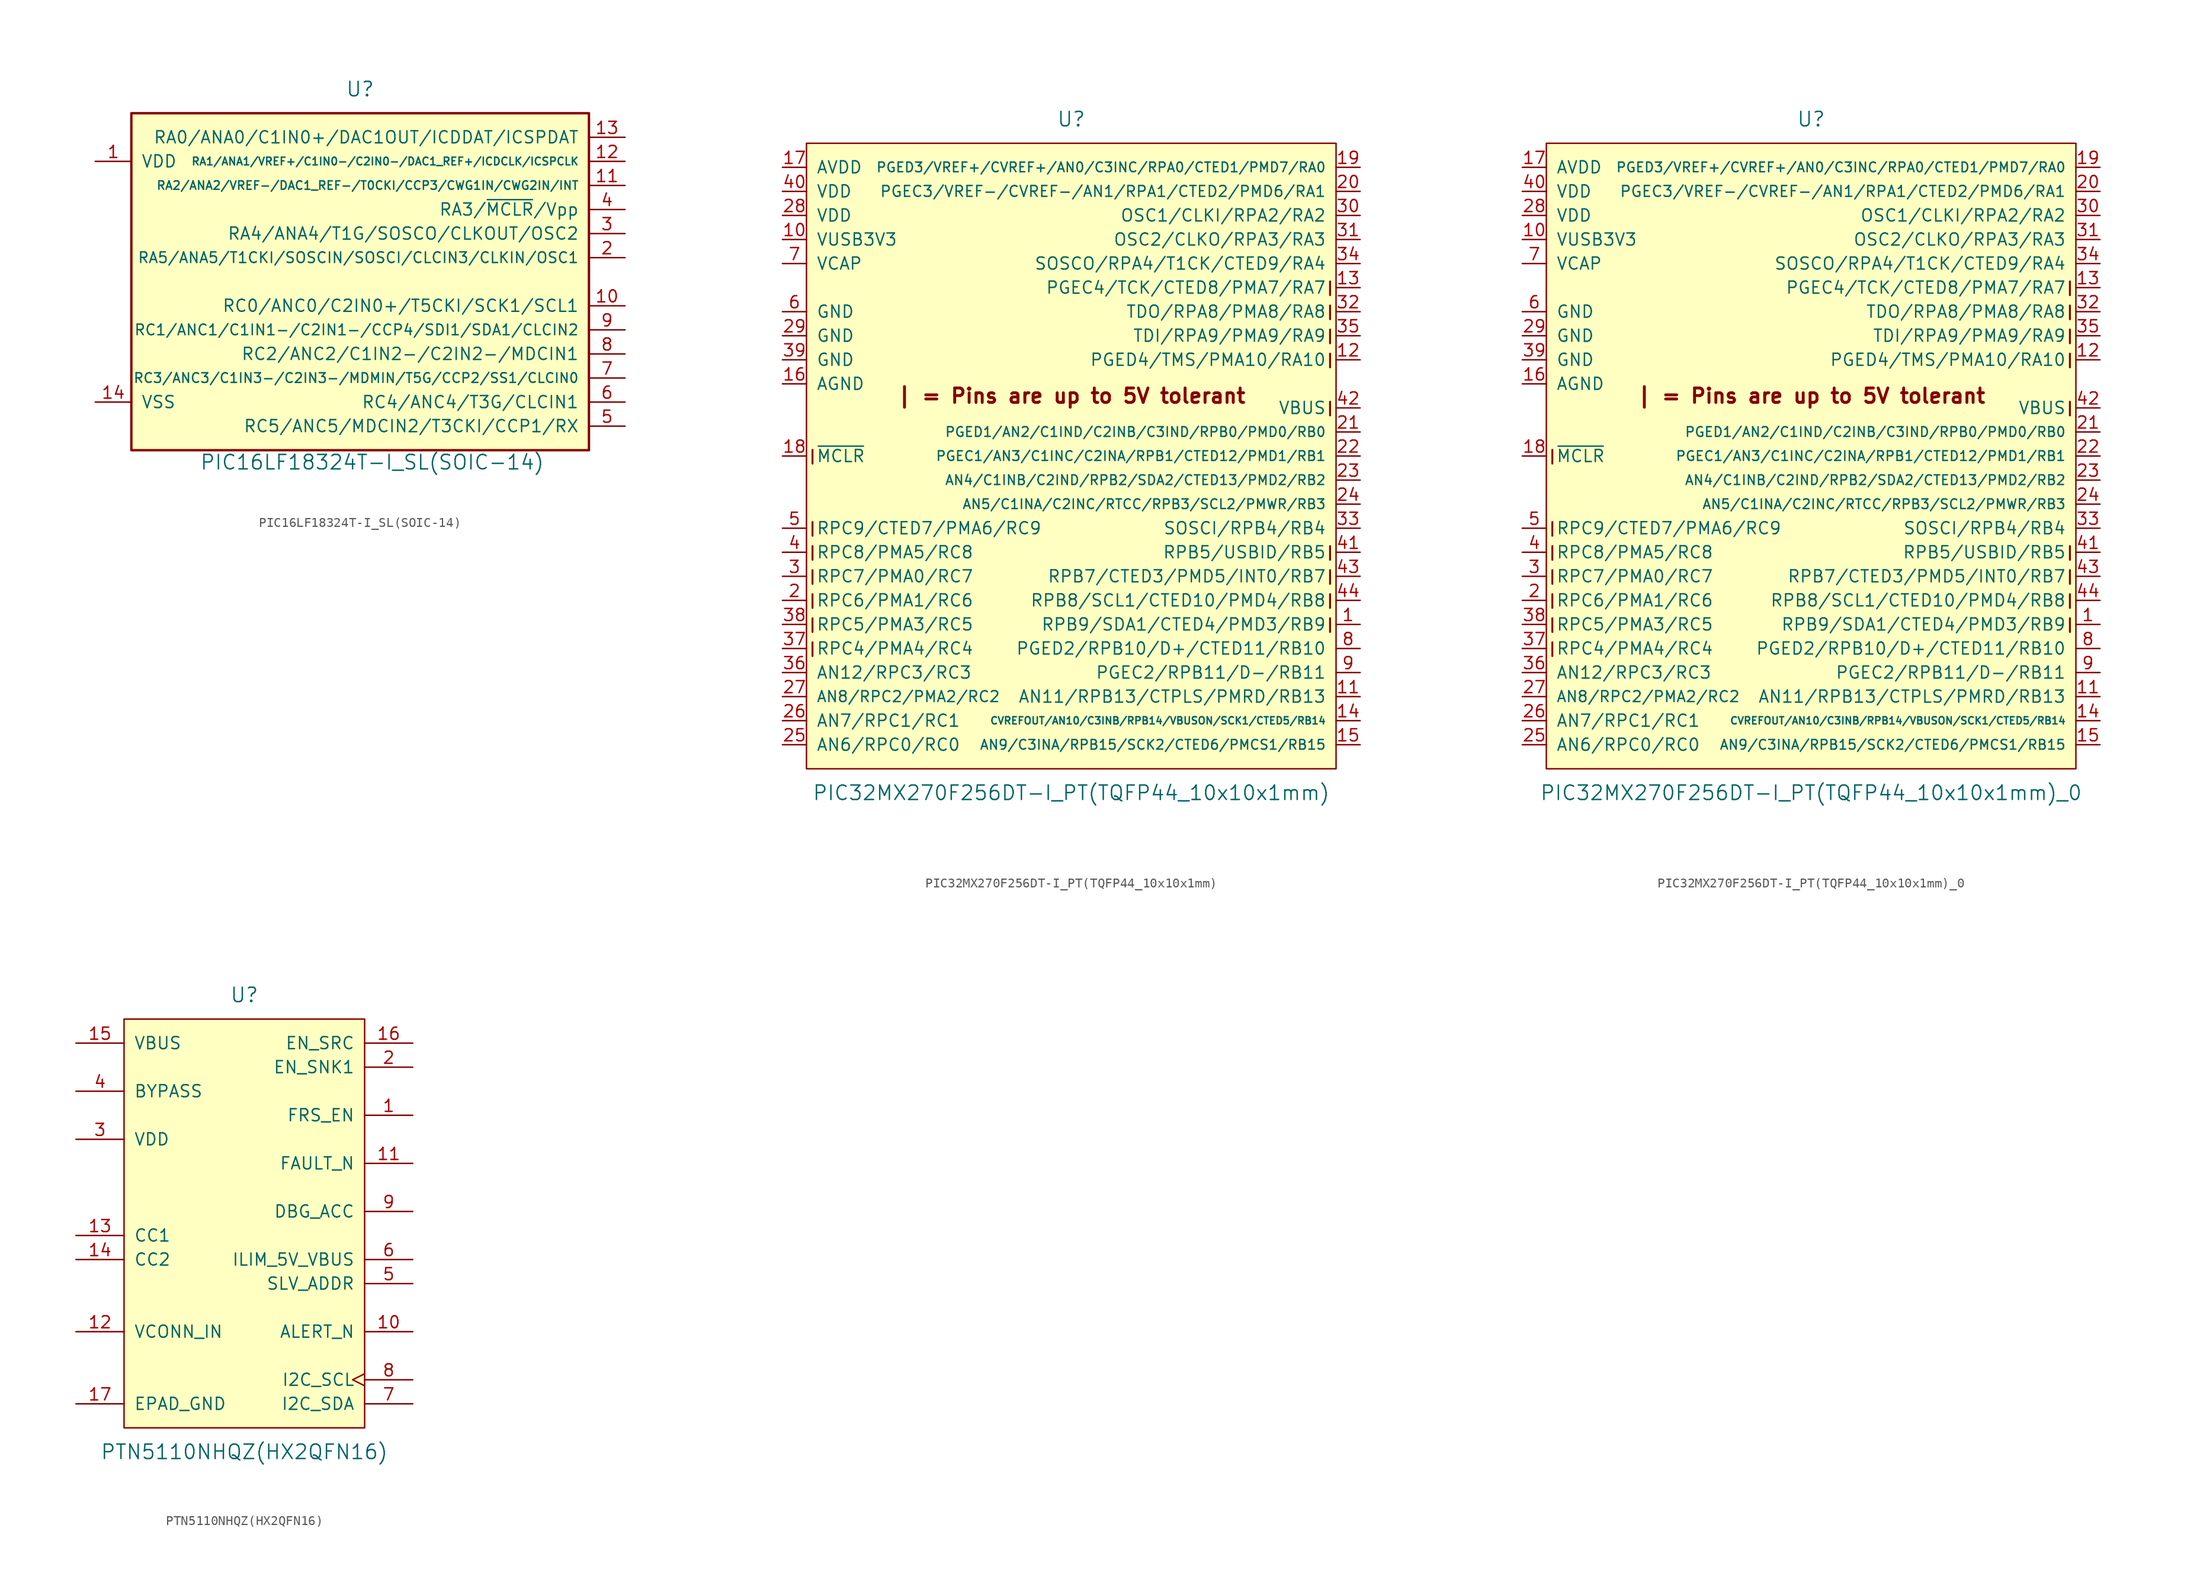
<source format=kicad_sym>
(kicad_symbol_lib
  (version 20220914)
  (generator kicad_symbol_editor)
  (symbol "PIC16LF18324T-I_SL(SOIC-14)"
    (pin_names
      (offset 1.016))
    (property "Reference" "U"
      (at 0 20.32 0)
      (effects (font (size 1.524 1.524))))
    (property "Value" "PIC16LF18324T-I_SL(SOIC-14)"
      (at 1.27 -19.05 0)
      (effects (font (size 1.524 1.524))))
    (symbol "PIC16LF18324T-I_SL(SOIC-14)_1_1"
      (rectangle (start -24.13 17.78) (end 24.13 -17.78) (stroke (width 0.254) (type solid)) (fill (type background)))
      (pin power_in line (at -27.94 12.7 0) (length 3.81) (name "VDD" (effects (font (size 1.27 1.27)))) (number "1" (effects (font (size 1.27 1.27)))))
      (pin bidirectional line (at 27.94 -2.54 180) (length 3.81) (name "RC0/ANC0/C2IN0+/T5CKI/SCK1/SCL1" (effects (font (size 1.27 1.27)))) (number "10" (effects (font (size 1.27 1.27)))))
      (pin bidirectional line (at 27.94 10.16 180) (length 3.81) (name "RA2/ANA2/VREF-/DAC1_REF-/T0CKI/CCP3/CWG1IN/CWG2IN/INT" (effects (font (size 0.889 0.889)))) (number "11" (effects (font (size 1.27 1.27)))))
      (pin bidirectional line (at 27.94 12.7 180) (length 3.81) (name "RA1/ANA1/VREF+/C1IN0-/C2IN0-/DAC1_REF+/ICDCLK/ICSPCLK" (effects (font (size 0.813 0.813)))) (number "12" (effects (font (size 1.27 1.27)))))
      (pin bidirectional line (at 27.94 15.24 180) (length 3.81) (name "RA0/ANA0/C1IN0+/DAC1OUT/ICDDAT/ICSPDAT" (effects (font (size 1.27 1.27)))) (number "13" (effects (font (size 1.27 1.27)))))
      (pin power_in line (at -27.94 -12.7 0) (length 3.81) (name "VSS" (effects (font (size 1.27 1.27)))) (number "14" (effects (font (size 1.27 1.27)))))
      (pin bidirectional line (at 27.94 2.54 180) (length 3.81) (name "RA5/ANA5/T1CKI/SOSCIN/SOSCI/CLCIN3/CLKIN/OSC1" (effects (font (size 1.118 1.118)))) (number "2" (effects (font (size 1.27 1.27)))))
      (pin bidirectional line (at 27.94 5.08 180) (length 3.81) (name "RA4/ANA4/T1G/SOSCO/CLKOUT/OSC2" (effects (font (size 1.27 1.27)))) (number "3" (effects (font (size 1.27 1.27)))))
      (pin input line (at 27.94 7.62 180) (length 3.81) (name "RA3/~{MCLR}/Vpp" (effects (font (size 1.27 1.27)))) (number "4" (effects (font (size 1.27 1.27)))))
      (pin bidirectional line (at 27.94 -15.24 180) (length 3.81) (name "RC5/ANC5/MDCIN2/T3CKI/CCP1/RX" (effects (font (size 1.27 1.27)))) (number "5" (effects (font (size 1.27 1.27)))))
      (pin bidirectional line (at 27.94 -12.7 180) (length 3.81) (name "RC4/ANC4/T3G/CLCIN1" (effects (font (size 1.27 1.27)))) (number "6" (effects (font (size 1.27 1.27)))))
      (pin bidirectional line (at 27.94 -10.16 180) (length 3.81) (name "RC3/ANC3/C1IN3-/C2IN3-/MDMIN/T5G/CCP2/SS1/CLCIN0" (effects (font (size 1.016 1.016)))) (number "7" (effects (font (size 1.27 1.27)))))
      (pin bidirectional line (at 27.94 -7.62 180) (length 3.81) (name "RC2/ANC2/C1IN2-/C2IN2-/MDCIN1" (effects (font (size 1.27 1.27)))) (number "8" (effects (font (size 1.27 1.27)))))
      (pin bidirectional line (at 27.94 -5.08 180) (length 3.81) (name "RC1/ANC1/C1IN1-/C2IN1-/CCP4/SDI1/SDA1/CLCIN2" (effects (font (size 1.118 1.118)))) (number "9" (effects (font (size 1.27 1.27)))))))
  (symbol "PIC32MX270F256DT-I_PT(TQFP44_10x10x1mm)"
    (pin_names
      (offset 1.016))
    (property "Reference" "U"
      (at 0 35.56 0)
      (effects (font (size 1.524 1.524))))
    (property "Value" "PIC32MX270F256DT-I_PT(TQFP44_10x10x1mm)"
      (at 0 -35.56 0)
      (effects (font (size 1.524 1.524))))
    (symbol "PIC32MX270F256DT-I_PT(TQFP44_10x10x1mm)_0_0"
      (text "|" (at -27.305 -20.32 0) (effects (font (size 1.016 1.016) bold)))
      (text "|" (at -27.305 -17.78 0) (effects (font (size 1.016 1.016) bold)))
      (text "|" (at -27.305 -15.24 0) (effects (font (size 1.016 1.016) bold)))
      (text "|" (at -27.305 -12.7 0) (effects (font (size 1.016 1.016) bold)))
      (text "|" (at -27.305 -10.16 0) (effects (font (size 1.016 1.016) bold)))
      (text "|" (at -27.305 -7.62 0) (effects (font (size 1.016 1.016) bold)))
      (text "|" (at -27.305 0 0) (effects (font (size 1.016 1.016) bold)))
      (text "|" (at 27.305 -17.78 0) (effects (font (size 1.016 1.016) bold)))
      (text "|" (at 27.305 -15.24 0) (effects (font (size 1.016 1.016) bold)))
      (text "|" (at 27.305 -12.7 0) (effects (font (size 1.016 1.016) bold)))
      (text "|" (at 27.305 -10.16 0) (effects (font (size 1.016 1.016) bold)))
      (text "|" (at 27.305 5.08 0) (effects (font (size 1.016 1.016) bold)))
      (text "|" (at 27.305 10.16 0) (effects (font (size 1.016 1.016) bold)))
      (text "|" (at 27.305 12.7 0) (effects (font (size 1.016 1.016) bold)))
      (text "|" (at 27.305 15.24 0) (effects (font (size 1.016 1.016) bold)))
      (text "|" (at 27.305 17.78 0) (effects (font (size 1.016 1.016) bold)))
      (text "| = Pins are up to 5V tolerant" (at 0 6.35 0) (effects (font (size 1.524 1.524) bold))))
    (symbol "PIC32MX270F256DT-I_PT(TQFP44_10x10x1mm)_0_1"
      (rectangle (start -27.94 33.02) (end 27.94 -33.02) (stroke (width 0) (type solid)) (fill (type background))))
    (symbol "PIC32MX270F256DT-I_PT(TQFP44_10x10x1mm)_1_1"
      (pin bidirectional line (at 30.48 -17.78 180) (length 2.54) (name "RPB9/SDA1/CTED4/PMD3/RB9" (effects (font (size 1.27 1.27)))) (number "1" (effects (font (size 1.27 1.27)))))
      (pin power_in line (at -30.48 22.86 0) (length 2.54) (name "VUSB3V3" (effects (font (size 1.27 1.27)))) (number "10" (effects (font (size 1.27 1.27)))))
      (pin bidirectional line (at 30.48 -25.4 180) (length 2.54) (name "AN11/RPB13/CTPLS/PMRD/RB13" (effects (font (size 1.27 1.27)))) (number "11" (effects (font (size 1.27 1.27)))))
      (pin bidirectional line (at 30.48 10.16 180) (length 2.54) (name "PGED4/TMS/PMA10/RA10" (effects (font (size 1.27 1.27)))) (number "12" (effects (font (size 1.27 1.27)))))
      (pin bidirectional line (at 30.48 17.78 180) (length 2.54) (name "PGEC4/TCK/CTED8/PMA7/RA7" (effects (font (size 1.27 1.27)))) (number "13" (effects (font (size 1.27 1.27)))))
      (pin bidirectional line (at 30.48 -27.94 180) (length 2.54) (name "CVREFOUT/AN10/C3INB/RPB14/VBUSON/SCK1/CTED5/RB14" (effects (font (size 0.762 0.762)))) (number "14" (effects (font (size 1.27 1.27)))))
      (pin bidirectional line (at 30.48 -30.48 180) (length 2.54) (name "AN9/C3INA/RPB15/SCK2/CTED6/PMCS1/RB15" (effects (font (size 1.016 1.016)))) (number "15" (effects (font (size 1.27 1.27)))))
      (pin power_in line (at -30.48 7.62 0) (length 2.54) (name "AGND" (effects (font (size 1.27 1.27)))) (number "16" (effects (font (size 1.27 1.27)))))
      (pin power_in line (at -30.48 30.48 0) (length 2.54) (name "AVDD" (effects (font (size 1.27 1.27)))) (number "17" (effects (font (size 1.27 1.27)))))
      (pin input line (at -30.48 0 0) (length 2.54) (name "~{MCLR}" (effects (font (size 1.27 1.27)))) (number "18" (effects (font (size 1.27 1.27)))))
      (pin bidirectional line (at 30.48 30.48 180) (length 2.54) (name "PGED3/VREF+/CVREF+/AN0/C3INC/RPA0/CTED1/PMD7/RA0" (effects (font (size 1.016 1.016)))) (number "19" (effects (font (size 1.27 1.27)))))
      (pin bidirectional line (at -30.48 -15.24 0) (length 2.54) (name "RPC6/PMA1/RC6" (effects (font (size 1.27 1.27)))) (number "2" (effects (font (size 1.27 1.27)))))
      (pin bidirectional line (at 30.48 27.94 180) (length 2.54) (name "PGEC3/VREF-/CVREF-/AN1/RPA1/CTED2/PMD6/RA1" (effects (font (size 1.143 1.143)))) (number "20" (effects (font (size 1.27 1.27)))))
      (pin bidirectional line (at 30.48 2.54 180) (length 2.54) (name "PGED1/AN2/C1IND/C2INB/C3IND/RPB0/PMD0/RB0" (effects (font (size 1.016 1.016)))) (number "21" (effects (font (size 1.27 1.27)))))
      (pin bidirectional line (at 30.48 0 180) (length 2.54) (name "PGEC1/AN3/C1INC/C2INA/RPB1/CTED12/PMD1/RB1" (effects (font (size 1.016 1.016)))) (number "22" (effects (font (size 1.27 1.27)))))
      (pin bidirectional line (at 30.48 -2.54 180) (length 2.54) (name "AN4/C1INB/C2IND/RPB2/SDA2/CTED13/PMD2/RB2" (effects (font (size 1.016 1.016)))) (number "23" (effects (font (size 1.27 1.27)))))
      (pin bidirectional line (at 30.48 -5.08 180) (length 2.54) (name "AN5/C1INA/C2INC/RTCC/RPB3/SCL2/PMWR/RB3" (effects (font (size 1.016 1.016)))) (number "24" (effects (font (size 1.27 1.27)))))
      (pin bidirectional line (at -30.48 -30.48 0) (length 2.54) (name "AN6/RPC0/RC0" (effects (font (size 1.27 1.27)))) (number "25" (effects (font (size 1.27 1.27)))))
      (pin bidirectional line (at -30.48 -27.94 0) (length 2.54) (name "AN7/RPC1/RC1" (effects (font (size 1.27 1.27)))) (number "26" (effects (font (size 1.27 1.27)))))
      (pin bidirectional line (at -30.48 -25.4 0) (length 2.54) (name "AN8/RPC2/PMA2/RC2" (effects (font (size 1.143 1.143)))) (number "27" (effects (font (size 1.27 1.27)))))
      (pin power_in line (at -30.48 25.4 0) (length 2.54) (name "VDD" (effects (font (size 1.27 1.27)))) (number "28" (effects (font (size 1.27 1.27)))))
      (pin power_in line (at -30.48 12.7 0) (length 2.54) (name "GND" (effects (font (size 1.27 1.27)))) (number "29" (effects (font (size 1.27 1.27)))))
      (pin bidirectional line (at -30.48 -12.7 0) (length 2.54) (name "RPC7/PMA0/RC7" (effects (font (size 1.27 1.27)))) (number "3" (effects (font (size 1.27 1.27)))))
      (pin bidirectional line (at 30.48 25.4 180) (length 2.54) (name "OSC1/CLKI/RPA2/RA2" (effects (font (size 1.27 1.27)))) (number "30" (effects (font (size 1.27 1.27)))))
      (pin bidirectional line (at 30.48 22.86 180) (length 2.54) (name "OSC2/CLKO/RPA3/RA3" (effects (font (size 1.27 1.27)))) (number "31" (effects (font (size 1.27 1.27)))))
      (pin bidirectional line (at 30.48 15.24 180) (length 2.54) (name "TDO/RPA8/PMA8/RA8" (effects (font (size 1.27 1.27)))) (number "32" (effects (font (size 1.27 1.27)))))
      (pin bidirectional line (at 30.48 -7.62 180) (length 2.54) (name "SOSCI/RPB4/RB4" (effects (font (size 1.27 1.27)))) (number "33" (effects (font (size 1.27 1.27)))))
      (pin bidirectional line (at 30.48 20.32 180) (length 2.54) (name "SOSCO/RPA4/T1CK/CTED9/RA4" (effects (font (size 1.27 1.27)))) (number "34" (effects (font (size 1.27 1.27)))))
      (pin bidirectional line (at 30.48 12.7 180) (length 2.54) (name "TDI/RPA9/PMA9/RA9" (effects (font (size 1.27 1.27)))) (number "35" (effects (font (size 1.27 1.27)))))
      (pin bidirectional line (at -30.48 -22.86 0) (length 2.54) (name "AN12/RPC3/RC3" (effects (font (size 1.27 1.27)))) (number "36" (effects (font (size 1.27 1.27)))))
      (pin bidirectional line (at -30.48 -20.32 0) (length 2.54) (name "RPC4/PMA4/RC4" (effects (font (size 1.27 1.27)))) (number "37" (effects (font (size 1.27 1.27)))))
      (pin bidirectional line (at -30.48 -17.78 0) (length 2.54) (name "RPC5/PMA3/RC5" (effects (font (size 1.27 1.27)))) (number "38" (effects (font (size 1.27 1.27)))))
      (pin power_in line (at -30.48 10.16 0) (length 2.54) (name "GND" (effects (font (size 1.27 1.27)))) (number "39" (effects (font (size 1.27 1.27)))))
      (pin bidirectional line (at -30.48 -10.16 0) (length 2.54) (name "RPC8/PMA5/RC8" (effects (font (size 1.27 1.27)))) (number "4" (effects (font (size 1.27 1.27)))))
      (pin power_in line (at -30.48 27.94 0) (length 2.54) (name "VDD" (effects (font (size 1.27 1.27)))) (number "40" (effects (font (size 1.27 1.27)))))
      (pin bidirectional line (at 30.48 -10.16 180) (length 2.54) (name "RPB5/USBID/RB5" (effects (font (size 1.27 1.27)))) (number "41" (effects (font (size 1.27 1.27)))))
      (pin input line (at 30.48 5.08 180) (length 2.54) (name "VBUS" (effects (font (size 1.27 1.27)))) (number "42" (effects (font (size 1.27 1.27)))))
      (pin bidirectional line (at 30.48 -12.7 180) (length 2.54) (name "RPB7/CTED3/PMD5/INT0/RB7" (effects (font (size 1.27 1.27)))) (number "43" (effects (font (size 1.27 1.27)))))
      (pin bidirectional line (at 30.48 -15.24 180) (length 2.54) (name "RPB8/SCL1/CTED10/PMD4/RB8" (effects (font (size 1.27 1.27)))) (number "44" (effects (font (size 1.27 1.27)))))
      (pin bidirectional line (at -30.48 -7.62 0) (length 2.54) (name "RPC9/CTED7/PMA6/RC9" (effects (font (size 1.27 1.27)))) (number "5" (effects (font (size 1.27 1.27)))))
      (pin power_in line (at -30.48 15.24 0) (length 2.54) (name "GND" (effects (font (size 1.27 1.27)))) (number "6" (effects (font (size 1.27 1.27)))))
      (pin passive line (at -30.48 20.32 0) (length 2.54) (name "VCAP" (effects (font (size 1.27 1.27)))) (number "7" (effects (font (size 1.27 1.27)))))
      (pin bidirectional line (at 30.48 -20.32 180) (length 2.54) (name "PGED2/RPB10/D+/CTED11/RB10" (effects (font (size 1.27 1.27)))) (number "8" (effects (font (size 1.27 1.27)))))
      (pin bidirectional line (at 30.48 -22.86 180) (length 2.54) (name "PGEC2/RPB11/D-/RB11" (effects (font (size 1.27 1.27)))) (number "9" (effects (font (size 1.27 1.27)))))))
  (symbol "PIC32MX270F256DT-I_PT(TQFP44_10x10x1mm)_0"
    (pin_names
      (offset 1.016))
    (property "Reference" "U"
      (at 0 35.56 0)
      (effects (font (size 1.524 1.524))))
    (property "Value" "PIC32MX270F256DT-I_PT(TQFP44_10x10x1mm)_0"
      (at 0 -35.56 0)
      (effects (font (size 1.524 1.524))))
    (symbol "PIC32MX270F256DT-I_PT(TQFP44_10x10x1mm)_0_0_0"
      (text "|" (at -27.305 -20.32 0) (effects (font (size 1.016 1.016) bold)))
      (text "|" (at -27.305 -17.78 0) (effects (font (size 1.016 1.016) bold)))
      (text "|" (at -27.305 -15.24 0) (effects (font (size 1.016 1.016) bold)))
      (text "|" (at -27.305 -12.7 0) (effects (font (size 1.016 1.016) bold)))
      (text "|" (at -27.305 -10.16 0) (effects (font (size 1.016 1.016) bold)))
      (text "|" (at -27.305 -7.62 0) (effects (font (size 1.016 1.016) bold)))
      (text "|" (at -27.305 0 0) (effects (font (size 1.016 1.016) bold)))
      (text "|" (at 27.305 -17.78 0) (effects (font (size 1.016 1.016) bold)))
      (text "|" (at 27.305 -15.24 0) (effects (font (size 1.016 1.016) bold)))
      (text "|" (at 27.305 -12.7 0) (effects (font (size 1.016 1.016) bold)))
      (text "|" (at 27.305 -10.16 0) (effects (font (size 1.016 1.016) bold)))
      (text "|" (at 27.305 5.08 0) (effects (font (size 1.016 1.016) bold)))
      (text "|" (at 27.305 10.16 0) (effects (font (size 1.016 1.016) bold)))
      (text "|" (at 27.305 12.7 0) (effects (font (size 1.016 1.016) bold)))
      (text "|" (at 27.305 15.24 0) (effects (font (size 1.016 1.016) bold)))
      (text "|" (at 27.305 17.78 0) (effects (font (size 1.016 1.016) bold)))
      (text "| = Pins are up to 5V tolerant" (at 0 6.35 0) (effects (font (size 1.524 1.524) bold))))
    (symbol "PIC32MX270F256DT-I_PT(TQFP44_10x10x1mm)_0_0_1"
      (rectangle (start -27.94 33.02) (end 27.94 -33.02) (stroke (width 0) (type solid)) (fill (type background))))
    (symbol "PIC32MX270F256DT-I_PT(TQFP44_10x10x1mm)_0_1_1"
      (pin bidirectional line (at 30.48 -17.78 180) (length 2.54) (name "RPB9/SDA1/CTED4/PMD3/RB9" (effects (font (size 1.27 1.27)))) (number "1" (effects (font (size 1.27 1.27)))))
      (pin power_in line (at -30.48 22.86 0) (length 2.54) (name "VUSB3V3" (effects (font (size 1.27 1.27)))) (number "10" (effects (font (size 1.27 1.27)))))
      (pin bidirectional line (at 30.48 -25.4 180) (length 2.54) (name "AN11/RPB13/CTPLS/PMRD/RB13" (effects (font (size 1.27 1.27)))) (number "11" (effects (font (size 1.27 1.27)))))
      (pin bidirectional line (at 30.48 10.16 180) (length 2.54) (name "PGED4/TMS/PMA10/RA10" (effects (font (size 1.27 1.27)))) (number "12" (effects (font (size 1.27 1.27)))))
      (pin bidirectional line (at 30.48 17.78 180) (length 2.54) (name "PGEC4/TCK/CTED8/PMA7/RA7" (effects (font (size 1.27 1.27)))) (number "13" (effects (font (size 1.27 1.27)))))
      (pin bidirectional line (at 30.48 -27.94 180) (length 2.54) (name "CVREFOUT/AN10/C3INB/RPB14/VBUSON/SCK1/CTED5/RB14" (effects (font (size 0.762 0.762)))) (number "14" (effects (font (size 1.27 1.27)))))
      (pin bidirectional line (at 30.48 -30.48 180) (length 2.54) (name "AN9/C3INA/RPB15/SCK2/CTED6/PMCS1/RB15" (effects (font (size 1.016 1.016)))) (number "15" (effects (font (size 1.27 1.27)))))
      (pin power_in line (at -30.48 7.62 0) (length 2.54) (name "AGND" (effects (font (size 1.27 1.27)))) (number "16" (effects (font (size 1.27 1.27)))))
      (pin power_in line (at -30.48 30.48 0) (length 2.54) (name "AVDD" (effects (font (size 1.27 1.27)))) (number "17" (effects (font (size 1.27 1.27)))))
      (pin input line (at -30.48 0 0) (length 2.54) (name "~{MCLR}" (effects (font (size 1.27 1.27)))) (number "18" (effects (font (size 1.27 1.27)))))
      (pin bidirectional line (at 30.48 30.48 180) (length 2.54) (name "PGED3/VREF+/CVREF+/AN0/C3INC/RPA0/CTED1/PMD7/RA0" (effects (font (size 1.016 1.016)))) (number "19" (effects (font (size 1.27 1.27)))))
      (pin bidirectional line (at -30.48 -15.24 0) (length 2.54) (name "RPC6/PMA1/RC6" (effects (font (size 1.27 1.27)))) (number "2" (effects (font (size 1.27 1.27)))))
      (pin bidirectional line (at 30.48 27.94 180) (length 2.54) (name "PGEC3/VREF-/CVREF-/AN1/RPA1/CTED2/PMD6/RA1" (effects (font (size 1.143 1.143)))) (number "20" (effects (font (size 1.27 1.27)))))
      (pin bidirectional line (at 30.48 2.54 180) (length 2.54) (name "PGED1/AN2/C1IND/C2INB/C3IND/RPB0/PMD0/RB0" (effects (font (size 1.016 1.016)))) (number "21" (effects (font (size 1.27 1.27)))))
      (pin bidirectional line (at 30.48 0 180) (length 2.54) (name "PGEC1/AN3/C1INC/C2INA/RPB1/CTED12/PMD1/RB1" (effects (font (size 1.016 1.016)))) (number "22" (effects (font (size 1.27 1.27)))))
      (pin bidirectional line (at 30.48 -2.54 180) (length 2.54) (name "AN4/C1INB/C2IND/RPB2/SDA2/CTED13/PMD2/RB2" (effects (font (size 1.016 1.016)))) (number "23" (effects (font (size 1.27 1.27)))))
      (pin bidirectional line (at 30.48 -5.08 180) (length 2.54) (name "AN5/C1INA/C2INC/RTCC/RPB3/SCL2/PMWR/RB3" (effects (font (size 1.016 1.016)))) (number "24" (effects (font (size 1.27 1.27)))))
      (pin bidirectional line (at -30.48 -30.48 0) (length 2.54) (name "AN6/RPC0/RC0" (effects (font (size 1.27 1.27)))) (number "25" (effects (font (size 1.27 1.27)))))
      (pin bidirectional line (at -30.48 -27.94 0) (length 2.54) (name "AN7/RPC1/RC1" (effects (font (size 1.27 1.27)))) (number "26" (effects (font (size 1.27 1.27)))))
      (pin bidirectional line (at -30.48 -25.4 0) (length 2.54) (name "AN8/RPC2/PMA2/RC2" (effects (font (size 1.143 1.143)))) (number "27" (effects (font (size 1.27 1.27)))))
      (pin power_in line (at -30.48 25.4 0) (length 2.54) (name "VDD" (effects (font (size 1.27 1.27)))) (number "28" (effects (font (size 1.27 1.27)))))
      (pin power_in line (at -30.48 12.7 0) (length 2.54) (name "GND" (effects (font (size 1.27 1.27)))) (number "29" (effects (font (size 1.27 1.27)))))
      (pin bidirectional line (at -30.48 -12.7 0) (length 2.54) (name "RPC7/PMA0/RC7" (effects (font (size 1.27 1.27)))) (number "3" (effects (font (size 1.27 1.27)))))
      (pin bidirectional line (at 30.48 25.4 180) (length 2.54) (name "OSC1/CLKI/RPA2/RA2" (effects (font (size 1.27 1.27)))) (number "30" (effects (font (size 1.27 1.27)))))
      (pin bidirectional line (at 30.48 22.86 180) (length 2.54) (name "OSC2/CLKO/RPA3/RA3" (effects (font (size 1.27 1.27)))) (number "31" (effects (font (size 1.27 1.27)))))
      (pin bidirectional line (at 30.48 15.24 180) (length 2.54) (name "TDO/RPA8/PMA8/RA8" (effects (font (size 1.27 1.27)))) (number "32" (effects (font (size 1.27 1.27)))))
      (pin bidirectional line (at 30.48 -7.62 180) (length 2.54) (name "SOSCI/RPB4/RB4" (effects (font (size 1.27 1.27)))) (number "33" (effects (font (size 1.27 1.27)))))
      (pin bidirectional line (at 30.48 20.32 180) (length 2.54) (name "SOSCO/RPA4/T1CK/CTED9/RA4" (effects (font (size 1.27 1.27)))) (number "34" (effects (font (size 1.27 1.27)))))
      (pin bidirectional line (at 30.48 12.7 180) (length 2.54) (name "TDI/RPA9/PMA9/RA9" (effects (font (size 1.27 1.27)))) (number "35" (effects (font (size 1.27 1.27)))))
      (pin bidirectional line (at -30.48 -22.86 0) (length 2.54) (name "AN12/RPC3/RC3" (effects (font (size 1.27 1.27)))) (number "36" (effects (font (size 1.27 1.27)))))
      (pin bidirectional line (at -30.48 -20.32 0) (length 2.54) (name "RPC4/PMA4/RC4" (effects (font (size 1.27 1.27)))) (number "37" (effects (font (size 1.27 1.27)))))
      (pin bidirectional line (at -30.48 -17.78 0) (length 2.54) (name "RPC5/PMA3/RC5" (effects (font (size 1.27 1.27)))) (number "38" (effects (font (size 1.27 1.27)))))
      (pin power_in line (at -30.48 10.16 0) (length 2.54) (name "GND" (effects (font (size 1.27 1.27)))) (number "39" (effects (font (size 1.27 1.27)))))
      (pin bidirectional line (at -30.48 -10.16 0) (length 2.54) (name "RPC8/PMA5/RC8" (effects (font (size 1.27 1.27)))) (number "4" (effects (font (size 1.27 1.27)))))
      (pin power_in line (at -30.48 27.94 0) (length 2.54) (name "VDD" (effects (font (size 1.27 1.27)))) (number "40" (effects (font (size 1.27 1.27)))))
      (pin bidirectional line (at 30.48 -10.16 180) (length 2.54) (name "RPB5/USBID/RB5" (effects (font (size 1.27 1.27)))) (number "41" (effects (font (size 1.27 1.27)))))
      (pin input line (at 30.48 5.08 180) (length 2.54) (name "VBUS" (effects (font (size 1.27 1.27)))) (number "42" (effects (font (size 1.27 1.27)))))
      (pin bidirectional line (at 30.48 -12.7 180) (length 2.54) (name "RPB7/CTED3/PMD5/INT0/RB7" (effects (font (size 1.27 1.27)))) (number "43" (effects (font (size 1.27 1.27)))))
      (pin bidirectional line (at 30.48 -15.24 180) (length 2.54) (name "RPB8/SCL1/CTED10/PMD4/RB8" (effects (font (size 1.27 1.27)))) (number "44" (effects (font (size 1.27 1.27)))))
      (pin bidirectional line (at -30.48 -7.62 0) (length 2.54) (name "RPC9/CTED7/PMA6/RC9" (effects (font (size 1.27 1.27)))) (number "5" (effects (font (size 1.27 1.27)))))
      (pin power_in line (at -30.48 15.24 0) (length 2.54) (name "GND" (effects (font (size 1.27 1.27)))) (number "6" (effects (font (size 1.27 1.27)))))
      (pin passive line (at -30.48 20.32 0) (length 2.54) (name "VCAP" (effects (font (size 1.27 1.27)))) (number "7" (effects (font (size 1.27 1.27)))))
      (pin bidirectional line (at 30.48 -20.32 180) (length 2.54) (name "PGED2/RPB10/D+/CTED11/RB10" (effects (font (size 1.27 1.27)))) (number "8" (effects (font (size 1.27 1.27)))))
      (pin bidirectional line (at 30.48 -22.86 180) (length 2.54) (name "PGEC2/RPB11/D-/RB11" (effects (font (size 1.27 1.27)))) (number "9" (effects (font (size 1.27 1.27)))))))
  (symbol "PTN5110NHQZ(HX2QFN16)"
    (pin_names
      (offset 1.016))
    (property "Reference" "U"
      (at 0 22.86 0)
      (effects (font (size 1.524 1.524))))
    (property "Value" "PTN5110NHQZ(HX2QFN16)"
      (at 0 -25.4 0)
      (effects (font (size 1.524 1.524))))
    (symbol "PTN5110NHQZ(HX2QFN16)_0_1"
      (rectangle (start -12.7 20.32) (end 12.7 -22.86) (stroke (width 0) (type solid)) (fill (type background))))
    (symbol "PTN5110NHQZ(HX2QFN16)_1_1"
      (pin output line (at 17.78 10.16 180) (length 5.08) (name "FRS_EN" (effects (font (size 1.27 1.27)))) (number "1" (effects (font (size 1.27 1.27)))))
      (pin open_collector line (at 17.78 -12.7 180) (length 5.08) (name "ALERT_N" (effects (font (size 1.27 1.27)))) (number "10" (effects (font (size 1.27 1.27)))))
      (pin open_collector line (at 17.78 5.08 180) (length 5.08) (name "FAULT_N" (effects (font (size 1.27 1.27)))) (number "11" (effects (font (size 1.27 1.27)))))
      (pin power_in line (at -17.78 -12.7 0) (length 5.08) (name "VCONN_IN" (effects (font (size 1.27 1.27)))) (number "12" (effects (font (size 1.27 1.27)))))
      (pin bidirectional line (at -17.78 -2.54 0) (length 5.08) (name "CC1" (effects (font (size 1.27 1.27)))) (number "13" (effects (font (size 1.27 1.27)))))
      (pin bidirectional line (at -17.78 -5.08 0) (length 5.08) (name "CC2" (effects (font (size 1.27 1.27)))) (number "14" (effects (font (size 1.27 1.27)))))
      (pin power_in line (at -17.78 17.78 0) (length 5.08) (name "VBUS" (effects (font (size 1.27 1.27)))) (number "15" (effects (font (size 1.27 1.27)))))
      (pin output line (at 17.78 17.78 180) (length 5.08) (name "EN_SRC" (effects (font (size 1.27 1.27)))) (number "16" (effects (font (size 1.27 1.27)))))
      (pin output line (at -17.78 -20.32 0) (length 5.08) (name "EPAD_GND" (effects (font (size 1.27 1.27)))) (number "17" (effects (font (size 1.27 1.27)))))
      (pin output line (at 17.78 15.24 180) (length 5.08) (name "EN_SNK1" (effects (font (size 1.27 1.27)))) (number "2" (effects (font (size 1.27 1.27)))))
      (pin power_in line (at -17.78 7.62 0) (length 5.08) (name "VDD" (effects (font (size 1.27 1.27)))) (number "3" (effects (font (size 1.27 1.27)))))
      (pin passive line (at -17.78 12.7 0) (length 5.08) (name "BYPASS" (effects (font (size 1.27 1.27)))) (number "4" (effects (font (size 1.27 1.27)))))
      (pin bidirectional line (at 17.78 -7.62 180) (length 5.08) (name "SLV_ADDR" (effects (font (size 1.27 1.27)))) (number "5" (effects (font (size 1.27 1.27)))))
      (pin bidirectional line (at 17.78 -5.08 180) (length 5.08) (name "ILIM_5V_VBUS" (effects (font (size 1.27 1.27)))) (number "6" (effects (font (size 1.27 1.27)))))
      (pin open_collector line (at 17.78 -20.32 180) (length 5.08) (name "I2C_SDA" (effects (font (size 1.27 1.27)))) (number "7" (effects (font (size 1.27 1.27)))))
      (pin open_collector clock (at 17.78 -17.78 180) (length 5.08) (name "I2C_SCL" (effects (font (size 1.27 1.27)))) (number "8" (effects (font (size 1.27 1.27)))))
      (pin output line (at 17.78 0 180) (length 5.08) (name "DBG_ACC" (effects (font (size 1.27 1.27)))) (number "9" (effects (font (size 1.27 1.27))))))))
</source>
